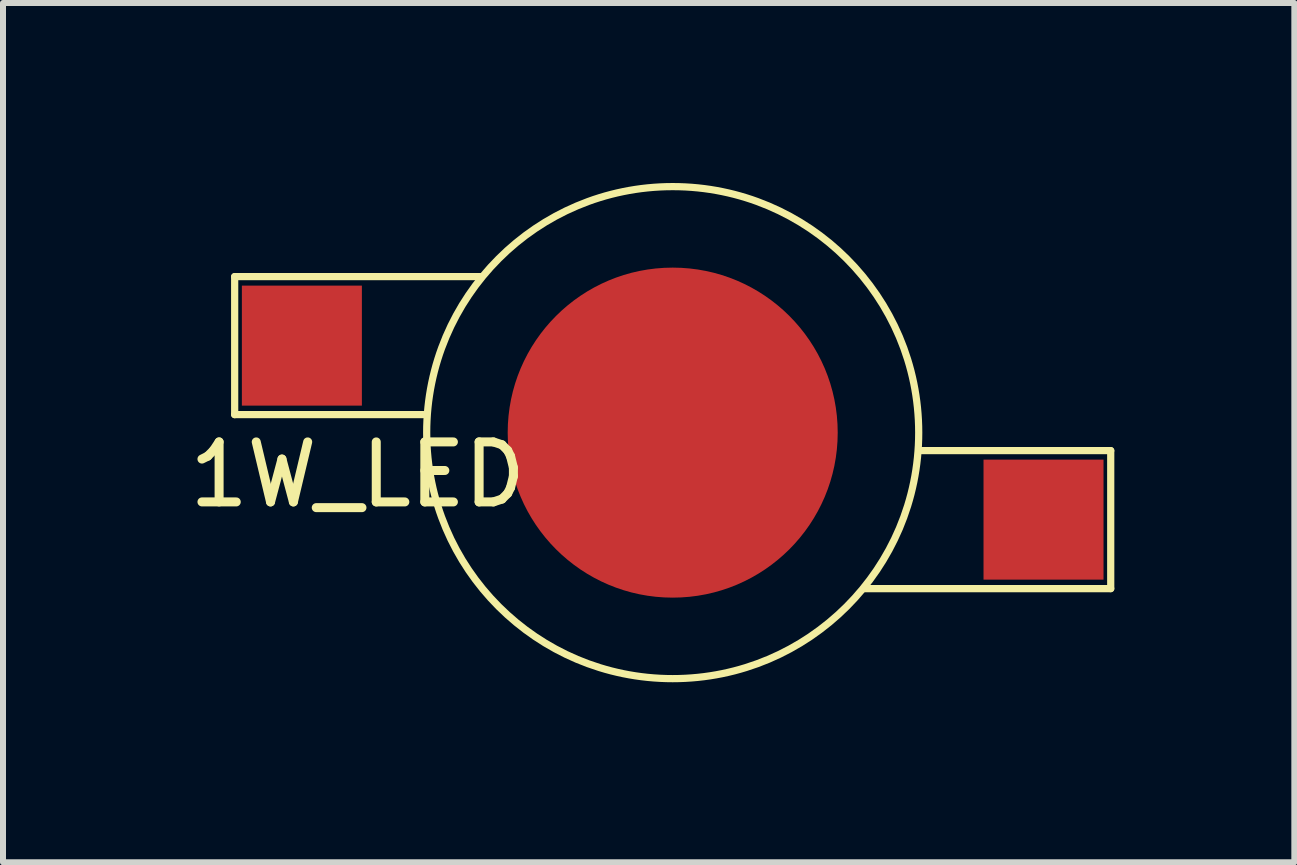
<source format=kicad_pcb>
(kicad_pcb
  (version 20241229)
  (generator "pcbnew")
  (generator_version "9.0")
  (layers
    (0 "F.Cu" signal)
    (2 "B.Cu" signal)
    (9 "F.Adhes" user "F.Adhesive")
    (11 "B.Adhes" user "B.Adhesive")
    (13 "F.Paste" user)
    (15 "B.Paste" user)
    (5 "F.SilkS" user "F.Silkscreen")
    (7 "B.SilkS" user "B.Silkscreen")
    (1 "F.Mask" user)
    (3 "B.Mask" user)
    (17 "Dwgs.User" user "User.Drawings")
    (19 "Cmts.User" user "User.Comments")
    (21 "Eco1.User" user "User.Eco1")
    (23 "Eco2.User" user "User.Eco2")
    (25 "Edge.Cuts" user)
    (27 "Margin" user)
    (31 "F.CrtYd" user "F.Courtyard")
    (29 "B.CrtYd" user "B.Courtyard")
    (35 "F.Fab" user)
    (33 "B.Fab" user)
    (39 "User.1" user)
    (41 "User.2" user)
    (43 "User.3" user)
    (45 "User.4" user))
  (footprint "1W_LED"
    (layer "F.Cu")
    (at 8.161 4.16)
    (property "Reference" "1W_LED" (at -5.25 0.7 0) (layer "F.SilkS") (effects (font (size 1 1) (thickness 0.15))))
    (attr through_hole)
    (fp_line (start -7.3 -2.6) (end -3.2 -2.6) (stroke (width 0.12) (type solid)) (layer "F.SilkS"))
    (fp_line (start -7.3 -0.3) (end -7.3 -2.6) (stroke (width 0.12) (type solid)) (layer "F.SilkS"))
    (fp_line (start -7.3 -0.3) (end -4.15 -0.3) (stroke (width 0.12) (type solid)) (layer "F.SilkS"))
    (fp_line (start 7.3 0.3) (end 4.15 0.3) (stroke (width 0.12) (type solid)) (layer "F.SilkS"))
    (fp_line (start 7.3 0.3) (end 7.3 2.6) (stroke (width 0.12) (type solid)) (layer "F.SilkS"))
    (fp_line (start 7.3 2.6) (end 3.2 2.6) (stroke (width 0.12) (type solid)) (layer "F.SilkS"))
    (fp_circle (center 0 0) (end 4.1 0) (stroke (width 0.12) (type solid)) (fill no) (layer "F.SilkS"))
    (pad "1" smd rect (at -6.18 -1.45) (size 2 2) (layers "F.Cu" "F.Mask" "F.Paste"))
    (pad "2" smd rect (at 6.18 1.45) (size 2 2) (layers "F.Cu" "F.Mask" "F.Paste"))
    (pad "3" smd circle (at 0 0) (size 5.5 5.5) (layers "F.Cu" "F.Mask" "F.Paste")))
  (gr_rect
    (start -3 -3)
    (end 18.521 11.32)
    (stroke (width 0.1) (type default))
    (fill no)
    (layer "Edge.Cuts")))
</source>
